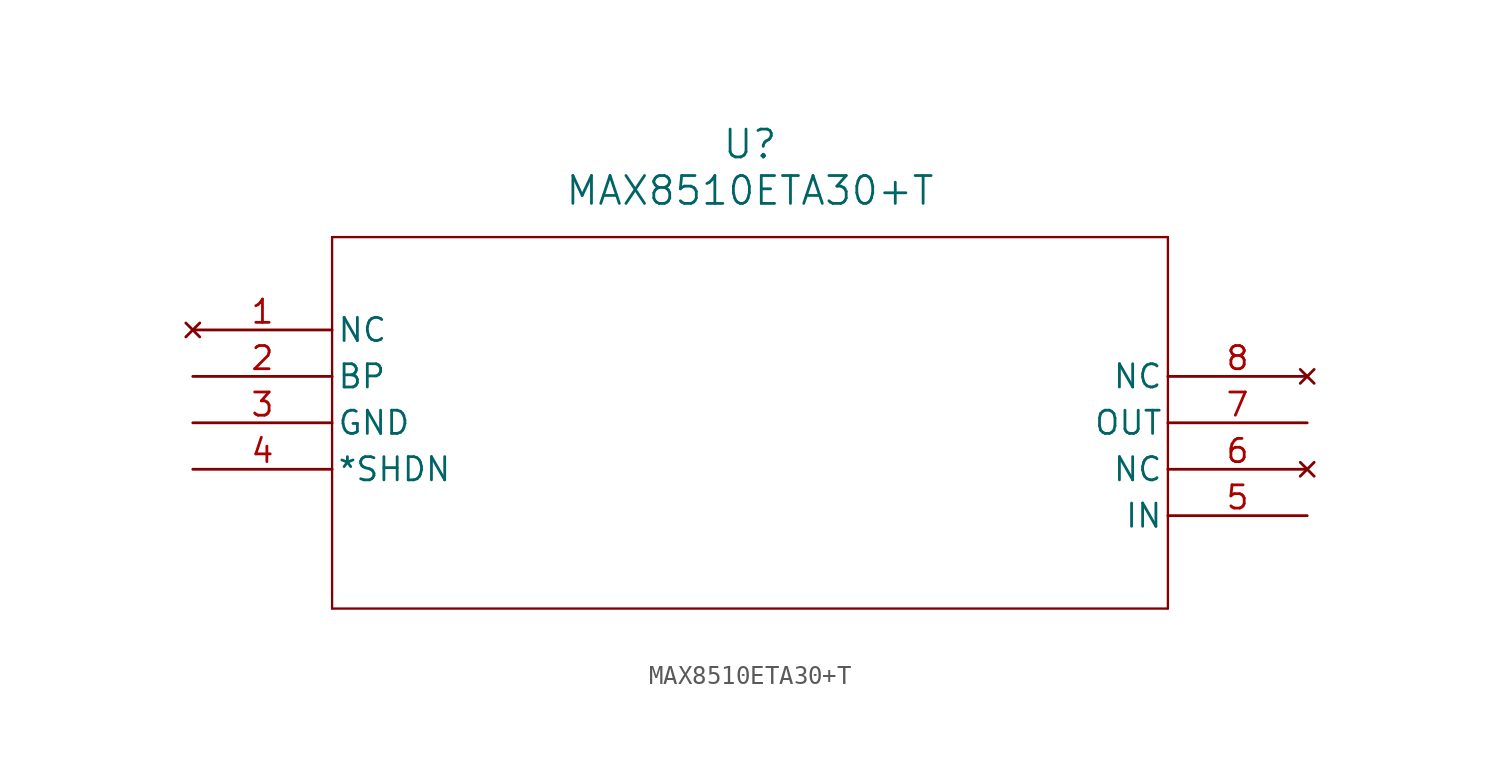
<source format=kicad_sym>
(kicad_symbol_lib
  (version 20211014)
  (generator kicad_symbol_editor)
  (symbol "MAX8510ETA30+T"
    (pin_names
      (offset 0.254))
    (property "Reference" "U"
      (at 30.48 10.16 0)
      (effects (font (size 1.524 1.524))))
    (property "Value" "MAX8510ETA30+T"
      (at 30.48 7.62 0)
      (effects (font (size 1.524 1.524))))
    (symbol "MAX8510ETA30+T_0_1"
      (polyline (pts (xy 7.62 5.08) (xy 7.62 -15.24)) (stroke (width 0.127) (type default) (color 0 0 0 0)) (fill (type none)))
      (polyline (pts (xy 7.62 -15.24) (xy 53.34 -15.24)) (stroke (width 0.127) (type default) (color 0 0 0 0)) (fill (type none)))
      (polyline (pts (xy 53.34 -15.24) (xy 53.34 5.08)) (stroke (width 0.127) (type default) (color 0 0 0 0)) (fill (type none)))
      (polyline (pts (xy 53.34 5.08) (xy 7.62 5.08)) (stroke (width 0.127) (type default) (color 0 0 0 0)) (fill (type none)))
      (pin no_connect line (at 0 0 0) (length 7.62) (name "NC" (effects (font (size 1.27 1.27)))) (number "1" (effects (font (size 1.27 1.27)))))
      (pin unspecified line (at 0 -2.54 0) (length 7.62) (name "BP" (effects (font (size 1.27 1.27)))) (number "2" (effects (font (size 1.27 1.27)))))
      (pin power_in line (at 0 -5.08 0) (length 7.62) (name "GND" (effects (font (size 1.27 1.27)))) (number "3" (effects (font (size 1.27 1.27)))))
      (pin unspecified line (at 0 -7.62 0) (length 7.62) (name "*SHDN" (effects (font (size 1.27 1.27)))) (number "4" (effects (font (size 1.27 1.27)))))
      (pin input line (at 60.96 -10.16 180) (length 7.62) (name "IN" (effects (font (size 1.27 1.27)))) (number "5" (effects (font (size 1.27 1.27)))))
      (pin no_connect line (at 60.96 -7.62 180) (length 7.62) (name "NC" (effects (font (size 1.27 1.27)))) (number "6" (effects (font (size 1.27 1.27)))))
      (pin output line (at 60.96 -5.08 180) (length 7.62) (name "OUT" (effects (font (size 1.27 1.27)))) (number "7" (effects (font (size 1.27 1.27)))))
      (pin no_connect line (at 60.96 -2.54 180) (length 7.62) (name "NC" (effects (font (size 1.27 1.27)))) (number "8" (effects (font (size 1.27 1.27))))))))
</source>
